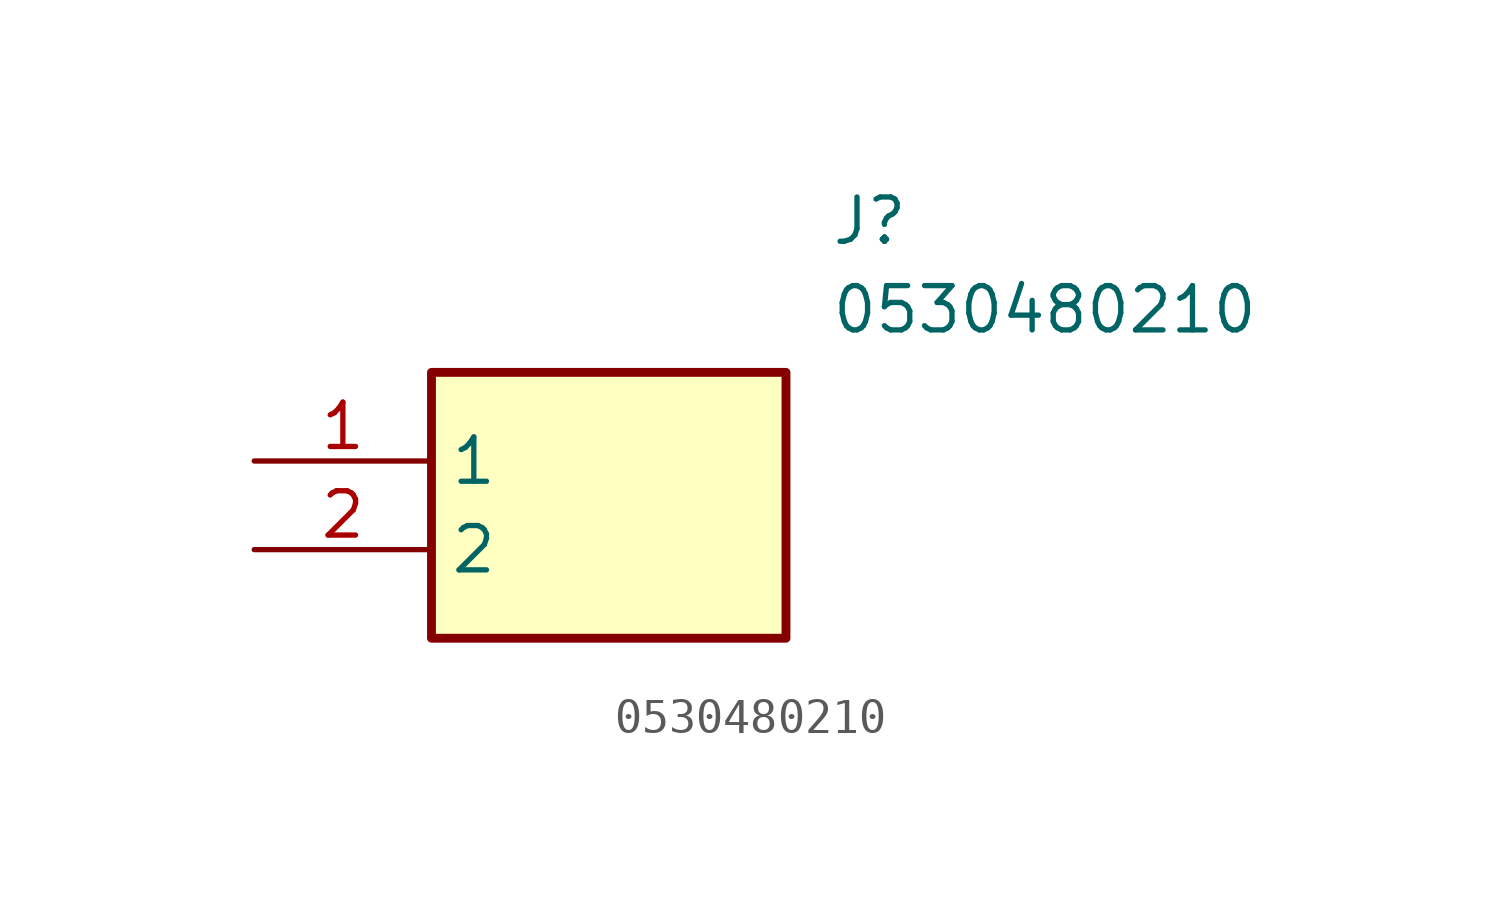
<source format=kicad_sym>
(kicad_symbol_lib
  (version 20211014)
  (generator SamacSys_ECAD_Model)
  (symbol "0530480210"
    (property "Reference" "J"
      (at 16.51 7.62 0)
      (effects (font (size 1.27 1.27)) (justify left top)))
    (property "Value" "0530480210"
      (at 16.51 5.08 0)
      (effects (font (size 1.27 1.27)) (justify left top)))
    (rectangle
      (start 5.08 2.54)
      (end 15.24 -5.08)
      (stroke (width 0.254) (type default))
      (fill (type background)))
    (pin passive line
      (at 0 0 0)
      (length 5.08)
      (name "1" (effects (font (size 1.27 1.27))))
      (number "1" (effects (font (size 1.27 1.27)))))
    (pin passive line
      (at 0 -2.54 0)
      (length 5.08)
      (name "2" (effects (font (size 1.27 1.27))))
      (number "2" (effects (font (size 1.27 1.27)))))))
</source>
